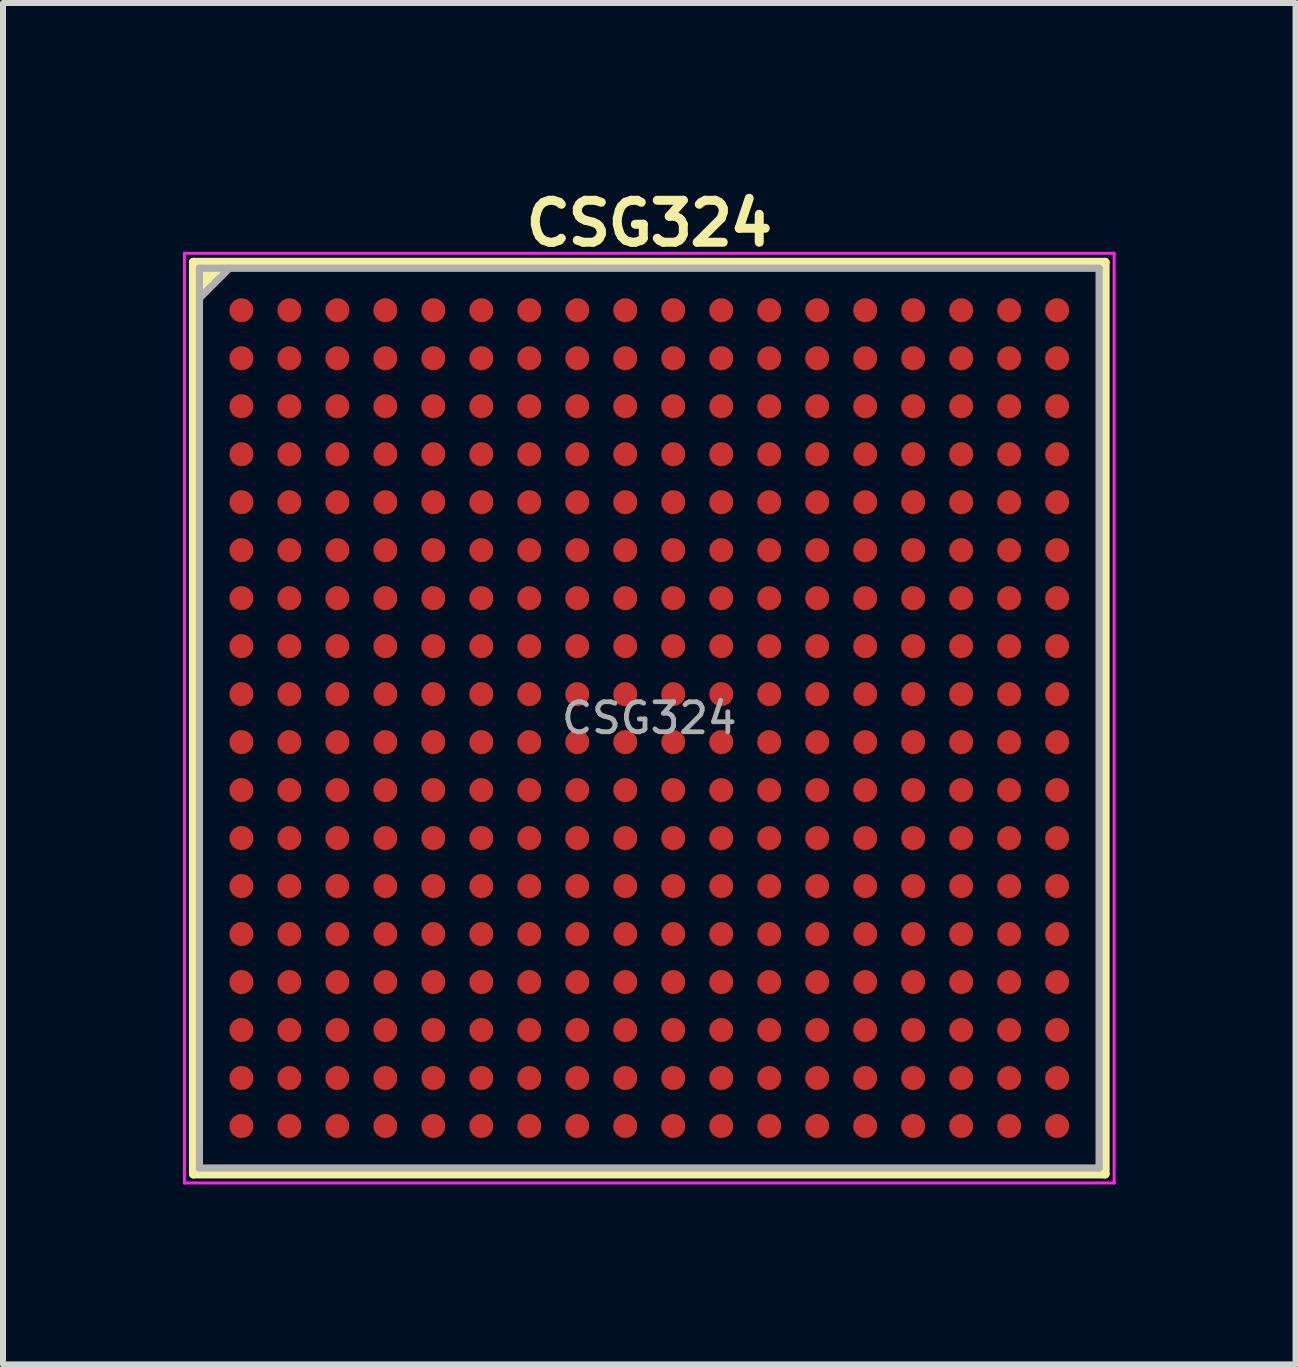
<source format=kicad_pcb>
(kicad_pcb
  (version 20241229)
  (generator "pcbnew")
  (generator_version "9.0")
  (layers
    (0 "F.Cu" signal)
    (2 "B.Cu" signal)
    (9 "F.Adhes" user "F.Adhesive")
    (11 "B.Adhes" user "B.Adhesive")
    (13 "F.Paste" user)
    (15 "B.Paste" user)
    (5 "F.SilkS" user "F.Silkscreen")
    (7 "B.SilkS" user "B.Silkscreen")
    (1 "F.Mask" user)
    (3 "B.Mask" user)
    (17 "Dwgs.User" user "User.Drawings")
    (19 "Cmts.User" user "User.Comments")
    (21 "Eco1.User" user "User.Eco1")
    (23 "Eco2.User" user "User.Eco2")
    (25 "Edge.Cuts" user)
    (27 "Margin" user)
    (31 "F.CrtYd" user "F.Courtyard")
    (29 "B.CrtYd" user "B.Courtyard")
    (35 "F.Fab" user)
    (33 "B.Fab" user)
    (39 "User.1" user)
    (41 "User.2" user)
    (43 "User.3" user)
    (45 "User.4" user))
  (footprint "CSG324"
    (layer "F.Cu")
    (at 7.775 8.923)
    (property "Reference" "CSG324" (at 0 -8.25 0) (layer "F.SilkS") (effects (font (size 0.7 0.7) (thickness 0.15))))
    (property "Value" "${VALUE}" (at 0 7 0) (layer "F.Fab") (hide yes) (effects (font (size 0.4 0.4) (thickness 0.07))))
    (attr through_hole)
    (fp_line (start -7.6 -7.6) (end -7.6 7.6) (stroke (width 0.15) (type solid)) (layer "F.SilkS"))
    (fp_line (start -7.6 7.6) (end 7.6 7.6) (stroke (width 0.15) (type solid)) (layer "F.SilkS"))
    (fp_line (start 7.6 -7.6) (end -7.6 -7.6) (stroke (width 0.15) (type solid)) (layer "F.SilkS"))
    (fp_line (start 7.6 7.6) (end 7.6 -7.6) (stroke (width 0.15) (type solid)) (layer "F.SilkS"))
    (fp_poly (pts (xy -7.6 -6.9) (xy -6.9 -7.6) (xy -7.6 -7.6)) (stroke (width 0.1) (type solid)) (fill yes) (layer "F.SilkS"))
    (fp_line (start -7.75 -7.75) (end 7.75 -7.75) (stroke (width 0.05) (type solid)) (layer "F.CrtYd"))
    (fp_line (start -7.75 7.75) (end -7.75 -7.75) (stroke (width 0.05) (type solid)) (layer "F.CrtYd"))
    (fp_line (start 7.75 -7.75) (end 7.75 7.75) (stroke (width 0.05) (type solid)) (layer "F.CrtYd"))
    (fp_line (start 7.75 7.75) (end -7.75 7.75) (stroke (width 0.05) (type solid)) (layer "F.CrtYd"))
    (fp_line (start -7.5 -7.5) (end 7.5 -7.5) (stroke (width 0.12) (type solid)) (layer "F.Fab"))
    (fp_line (start -7.5 7.5) (end -7.5 -7.5) (stroke (width 0.12) (type solid)) (layer "F.Fab"))
    (fp_line (start -7 -7.5) (end -7.5 -7) (stroke (width 0.12) (type solid)) (layer "F.Fab"))
    (fp_line (start 7.5 -7.5) (end 7.5 7.5) (stroke (width 0.12) (type solid)) (layer "F.Fab"))
    (fp_line (start 7.5 7.5) (end -7.5 7.5) (stroke (width 0.12) (type solid)) (layer "F.Fab"))
    (fp_poly (pts (xy -7.5 -7) (xy -7.5 -7.5) (xy -7 -7.5)) (stroke (width 0.1) (type solid)) (fill no) (layer "F.Fab"))
    (fp_text user "${REFERENCE}" (at 0 0 0) (layer "F.Fab") (effects (font (size 0.5 0.5) (thickness 0.08))))
    (pad "A1" smd circle (at -6.8 -6.8) (size 0.4 0.4) (layers "F.Cu" "F.Mask" "F.Paste"))
    (pad "A2" smd circle (at -6 -6.8) (size 0.4 0.4) (layers "F.Cu" "F.Mask" "F.Paste"))
    (pad "A3" smd circle (at -5.2 -6.8) (size 0.4 0.4) (layers "F.Cu" "F.Mask" "F.Paste"))
    (pad "A4" smd circle (at -4.4 -6.8) (size 0.4 0.4) (layers "F.Cu" "F.Mask" "F.Paste"))
    (pad "A5" smd circle (at -3.6 -6.8) (size 0.4 0.4) (layers "F.Cu" "F.Mask" "F.Paste"))
    (pad "A6" smd circle (at -2.8 -6.8) (size 0.4 0.4) (layers "F.Cu" "F.Mask" "F.Paste"))
    (pad "A7" smd circle (at -2 -6.8) (size 0.4 0.4) (layers "F.Cu" "F.Mask" "F.Paste"))
    (pad "A8" smd circle (at -1.2 -6.8) (size 0.4 0.4) (layers "F.Cu" "F.Mask" "F.Paste"))
    (pad "A9" smd circle (at -0.4 -6.8) (size 0.4 0.4) (layers "F.Cu" "F.Mask" "F.Paste"))
    (pad "A10" smd circle (at 0.4 -6.8) (size 0.4 0.4) (layers "F.Cu" "F.Mask" "F.Paste"))
    (pad "A11" smd circle (at 1.2 -6.8) (size 0.4 0.4) (layers "F.Cu" "F.Mask" "F.Paste"))
    (pad "A12" smd circle (at 2 -6.8) (size 0.4 0.4) (layers "F.Cu" "F.Mask" "F.Paste"))
    (pad "A13" smd circle (at 2.8 -6.8) (size 0.4 0.4) (layers "F.Cu" "F.Mask" "F.Paste"))
    (pad "A14" smd circle (at 3.6 -6.8) (size 0.4 0.4) (layers "F.Cu" "F.Mask" "F.Paste"))
    (pad "A15" smd circle (at 4.4 -6.8) (size 0.4 0.4) (layers "F.Cu" "F.Mask" "F.Paste"))
    (pad "A16" smd circle (at 5.2 -6.8) (size 0.4 0.4) (layers "F.Cu" "F.Mask" "F.Paste"))
    (pad "A17" smd circle (at 6 -6.8) (size 0.4 0.4) (layers "F.Cu" "F.Mask" "F.Paste"))
    (pad "A18" smd circle (at 6.8 -6.8) (size 0.4 0.4) (layers "F.Cu" "F.Mask" "F.Paste"))
    (pad "B1" smd circle (at -6.8 -6) (size 0.4 0.4) (layers "F.Cu" "F.Mask" "F.Paste"))
    (pad "B2" smd circle (at -6 -6) (size 0.4 0.4) (layers "F.Cu" "F.Mask" "F.Paste"))
    (pad "B3" smd circle (at -5.2 -6) (size 0.4 0.4) (layers "F.Cu" "F.Mask" "F.Paste"))
    (pad "B4" smd circle (at -4.4 -6) (size 0.4 0.4) (layers "F.Cu" "F.Mask" "F.Paste"))
    (pad "B5" smd circle (at -3.6 -6) (size 0.4 0.4) (layers "F.Cu" "F.Mask" "F.Paste"))
    (pad "B6" smd circle (at -2.8 -6) (size 0.4 0.4) (layers "F.Cu" "F.Mask" "F.Paste"))
    (pad "B7" smd circle (at -2 -6) (size 0.4 0.4) (layers "F.Cu" "F.Mask" "F.Paste"))
    (pad "B8" smd circle (at -1.2 -6) (size 0.4 0.4) (layers "F.Cu" "F.Mask" "F.Paste"))
    (pad "B9" smd circle (at -0.4 -6) (size 0.4 0.4) (layers "F.Cu" "F.Mask" "F.Paste"))
    (pad "B10" smd circle (at 0.4 -6) (size 0.4 0.4) (layers "F.Cu" "F.Mask" "F.Paste"))
    (pad "B11" smd circle (at 1.2 -6) (size 0.4 0.4) (layers "F.Cu" "F.Mask" "F.Paste"))
    (pad "B12" smd circle (at 2 -6) (size 0.4 0.4) (layers "F.Cu" "F.Mask" "F.Paste"))
    (pad "B13" smd circle (at 2.8 -6) (size 0.4 0.4) (layers "F.Cu" "F.Mask" "F.Paste"))
    (pad "B14" smd circle (at 3.6 -6) (size 0.4 0.4) (layers "F.Cu" "F.Mask" "F.Paste"))
    (pad "B15" smd circle (at 4.4 -6) (size 0.4 0.4) (layers "F.Cu" "F.Mask" "F.Paste"))
    (pad "B16" smd circle (at 5.2 -6) (size 0.4 0.4) (layers "F.Cu" "F.Mask" "F.Paste"))
    (pad "B17" smd circle (at 6 -6) (size 0.4 0.4) (layers "F.Cu" "F.Mask" "F.Paste"))
    (pad "B18" smd circle (at 6.8 -6) (size 0.4 0.4) (layers "F.Cu" "F.Mask" "F.Paste"))
    (pad "C1" smd circle (at -6.8 -5.2) (size 0.4 0.4) (layers "F.Cu" "F.Mask" "F.Paste"))
    (pad "C2" smd circle (at -6 -5.2) (size 0.4 0.4) (layers "F.Cu" "F.Mask" "F.Paste"))
    (pad "C3" smd circle (at -5.2 -5.2) (size 0.4 0.4) (layers "F.Cu" "F.Mask" "F.Paste"))
    (pad "C4" smd circle (at -4.4 -5.2) (size 0.4 0.4) (layers "F.Cu" "F.Mask" "F.Paste"))
    (pad "C5" smd circle (at -3.6 -5.2) (size 0.4 0.4) (layers "F.Cu" "F.Mask" "F.Paste"))
    (pad "C6" smd circle (at -2.8 -5.2) (size 0.4 0.4) (layers "F.Cu" "F.Mask" "F.Paste"))
    (pad "C7" smd circle (at -2 -5.2) (size 0.4 0.4) (layers "F.Cu" "F.Mask" "F.Paste"))
    (pad "C8" smd circle (at -1.2 -5.2) (size 0.4 0.4) (layers "F.Cu" "F.Mask" "F.Paste"))
    (pad "C9" smd circle (at -0.4 -5.2) (size 0.4 0.4) (layers "F.Cu" "F.Mask" "F.Paste"))
    (pad "C10" smd circle (at 0.4 -5.2) (size 0.4 0.4) (layers "F.Cu" "F.Mask" "F.Paste"))
    (pad "C11" smd circle (at 1.2 -5.2) (size 0.4 0.4) (layers "F.Cu" "F.Mask" "F.Paste"))
    (pad "C12" smd circle (at 2 -5.2) (size 0.4 0.4) (layers "F.Cu" "F.Mask" "F.Paste"))
    (pad "C13" smd circle (at 2.8 -5.2) (size 0.4 0.4) (layers "F.Cu" "F.Mask" "F.Paste"))
    (pad "C14" smd circle (at 3.6 -5.2) (size 0.4 0.4) (layers "F.Cu" "F.Mask" "F.Paste"))
    (pad "C15" smd circle (at 4.4 -5.2) (size 0.4 0.4) (layers "F.Cu" "F.Mask" "F.Paste"))
    (pad "C16" smd circle (at 5.2 -5.2) (size 0.4 0.4) (layers "F.Cu" "F.Mask" "F.Paste"))
    (pad "C17" smd circle (at 6 -5.2) (size 0.4 0.4) (layers "F.Cu" "F.Mask" "F.Paste"))
    (pad "C18" smd circle (at 6.8 -5.2) (size 0.4 0.4) (layers "F.Cu" "F.Mask" "F.Paste"))
    (pad "D1" smd circle (at -6.8 -4.4) (size 0.4 0.4) (layers "F.Cu" "F.Mask" "F.Paste"))
    (pad "D2" smd circle (at -6 -4.4) (size 0.4 0.4) (layers "F.Cu" "F.Mask" "F.Paste"))
    (pad "D3" smd circle (at -5.2 -4.4) (size 0.4 0.4) (layers "F.Cu" "F.Mask" "F.Paste"))
    (pad "D4" smd circle (at -4.4 -4.4) (size 0.4 0.4) (layers "F.Cu" "F.Mask" "F.Paste"))
    (pad "D5" smd circle (at -3.6 -4.4) (size 0.4 0.4) (layers "F.Cu" "F.Mask" "F.Paste"))
    (pad "D6" smd circle (at -2.8 -4.4) (size 0.4 0.4) (layers "F.Cu" "F.Mask" "F.Paste"))
    (pad "D7" smd circle (at -2 -4.4) (size 0.4 0.4) (layers "F.Cu" "F.Mask" "F.Paste"))
    (pad "D8" smd circle (at -1.2 -4.4) (size 0.4 0.4) (layers "F.Cu" "F.Mask" "F.Paste"))
    (pad "D9" smd circle (at -0.4 -4.4) (size 0.4 0.4) (layers "F.Cu" "F.Mask" "F.Paste"))
    (pad "D10" smd circle (at 0.4 -4.4) (size 0.4 0.4) (layers "F.Cu" "F.Mask" "F.Paste"))
    (pad "D11" smd circle (at 1.2 -4.4) (size 0.4 0.4) (layers "F.Cu" "F.Mask" "F.Paste"))
    (pad "D12" smd circle (at 2 -4.4) (size 0.4 0.4) (layers "F.Cu" "F.Mask" "F.Paste"))
    (pad "D13" smd circle (at 2.8 -4.4) (size 0.4 0.4) (layers "F.Cu" "F.Mask" "F.Paste"))
    (pad "D14" smd circle (at 3.6 -4.4) (size 0.4 0.4) (layers "F.Cu" "F.Mask" "F.Paste"))
    (pad "D15" smd circle (at 4.4 -4.4) (size 0.4 0.4) (layers "F.Cu" "F.Mask" "F.Paste"))
    (pad "D16" smd circle (at 5.2 -4.4) (size 0.4 0.4) (layers "F.Cu" "F.Mask" "F.Paste"))
    (pad "D17" smd circle (at 6 -4.4) (size 0.4 0.4) (layers "F.Cu" "F.Mask" "F.Paste"))
    (pad "D18" smd circle (at 6.8 -4.4) (size 0.4 0.4) (layers "F.Cu" "F.Mask" "F.Paste"))
    (pad "E1" smd circle (at -6.8 -3.6) (size 0.4 0.4) (layers "F.Cu" "F.Mask" "F.Paste"))
    (pad "E2" smd circle (at -6 -3.6) (size 0.4 0.4) (layers "F.Cu" "F.Mask" "F.Paste"))
    (pad "E3" smd circle (at -5.2 -3.6) (size 0.4 0.4) (layers "F.Cu" "F.Mask" "F.Paste"))
    (pad "E4" smd circle (at -4.4 -3.6) (size 0.4 0.4) (layers "F.Cu" "F.Mask" "F.Paste"))
    (pad "E5" smd circle (at -3.6 -3.6) (size 0.4 0.4) (layers "F.Cu" "F.Mask" "F.Paste"))
    (pad "E6" smd circle (at -2.8 -3.6) (size 0.4 0.4) (layers "F.Cu" "F.Mask" "F.Paste"))
    (pad "E7" smd circle (at -2 -3.6) (size 0.4 0.4) (layers "F.Cu" "F.Mask" "F.Paste"))
    (pad "E8" smd circle (at -1.2 -3.6) (size 0.4 0.4) (layers "F.Cu" "F.Mask" "F.Paste"))
    (pad "E9" smd circle (at -0.4 -3.6) (size 0.4 0.4) (layers "F.Cu" "F.Mask" "F.Paste"))
    (pad "E10" smd circle (at 0.4 -3.6) (size 0.4 0.4) (layers "F.Cu" "F.Mask" "F.Paste"))
    (pad "E11" smd circle (at 1.2 -3.6) (size 0.4 0.4) (layers "F.Cu" "F.Mask" "F.Paste"))
    (pad "E12" smd circle (at 2 -3.6) (size 0.4 0.4) (layers "F.Cu" "F.Mask" "F.Paste"))
    (pad "E13" smd circle (at 2.8 -3.6) (size 0.4 0.4) (layers "F.Cu" "F.Mask" "F.Paste"))
    (pad "E14" smd circle (at 3.6 -3.6) (size 0.4 0.4) (layers "F.Cu" "F.Mask" "F.Paste"))
    (pad "E15" smd circle (at 4.4 -3.6) (size 0.4 0.4) (layers "F.Cu" "F.Mask" "F.Paste"))
    (pad "E16" smd circle (at 5.2 -3.6) (size 0.4 0.4) (layers "F.Cu" "F.Mask" "F.Paste"))
    (pad "E17" smd circle (at 6 -3.6) (size 0.4 0.4) (layers "F.Cu" "F.Mask" "F.Paste"))
    (pad "E18" smd circle (at 6.8 -3.6) (size 0.4 0.4) (layers "F.Cu" "F.Mask" "F.Paste"))
    (pad "F1" smd circle (at -6.8 -2.8) (size 0.4 0.4) (layers "F.Cu" "F.Mask" "F.Paste"))
    (pad "F2" smd circle (at -6 -2.8) (size 0.4 0.4) (layers "F.Cu" "F.Mask" "F.Paste"))
    (pad "F3" smd circle (at -5.2 -2.8) (size 0.4 0.4) (layers "F.Cu" "F.Mask" "F.Paste"))
    (pad "F4" smd circle (at -4.4 -2.8) (size 0.4 0.4) (layers "F.Cu" "F.Mask" "F.Paste"))
    (pad "F5" smd circle (at -3.6 -2.8) (size 0.4 0.4) (layers "F.Cu" "F.Mask" "F.Paste"))
    (pad "F6" smd circle (at -2.8 -2.8) (size 0.4 0.4) (layers "F.Cu" "F.Mask" "F.Paste"))
    (pad "F7" smd circle (at -2 -2.8) (size 0.4 0.4) (layers "F.Cu" "F.Mask" "F.Paste"))
    (pad "F8" smd circle (at -1.2 -2.8) (size 0.4 0.4) (layers "F.Cu" "F.Mask" "F.Paste"))
    (pad "F9" smd circle (at -0.4 -2.8) (size 0.4 0.4) (layers "F.Cu" "F.Mask" "F.Paste"))
    (pad "F10" smd circle (at 0.4 -2.8) (size 0.4 0.4) (layers "F.Cu" "F.Mask" "F.Paste"))
    (pad "F11" smd circle (at 1.2 -2.8) (size 0.4 0.4) (layers "F.Cu" "F.Mask" "F.Paste"))
    (pad "F12" smd circle (at 2 -2.8) (size 0.4 0.4) (layers "F.Cu" "F.Mask" "F.Paste"))
    (pad "F13" smd circle (at 2.8 -2.8) (size 0.4 0.4) (layers "F.Cu" "F.Mask" "F.Paste"))
    (pad "F14" smd circle (at 3.6 -2.8) (size 0.4 0.4) (layers "F.Cu" "F.Mask" "F.Paste"))
    (pad "F15" smd circle (at 4.4 -2.8) (size 0.4 0.4) (layers "F.Cu" "F.Mask" "F.Paste"))
    (pad "F16" smd circle (at 5.2 -2.8) (size 0.4 0.4) (layers "F.Cu" "F.Mask" "F.Paste"))
    (pad "F17" smd circle (at 6 -2.8) (size 0.4 0.4) (layers "F.Cu" "F.Mask" "F.Paste"))
    (pad "F18" smd circle (at 6.8 -2.8) (size 0.4 0.4) (layers "F.Cu" "F.Mask" "F.Paste"))
    (pad "G1" smd circle (at -6.8 -2) (size 0.4 0.4) (layers "F.Cu" "F.Mask" "F.Paste"))
    (pad "G2" smd circle (at -6 -2) (size 0.4 0.4) (layers "F.Cu" "F.Mask" "F.Paste"))
    (pad "G3" smd circle (at -5.2 -2) (size 0.4 0.4) (layers "F.Cu" "F.Mask" "F.Paste"))
    (pad "G4" smd circle (at -4.4 -2) (size 0.4 0.4) (layers "F.Cu" "F.Mask" "F.Paste"))
    (pad "G5" smd circle (at -3.6 -2) (size 0.4 0.4) (layers "F.Cu" "F.Mask" "F.Paste"))
    (pad "G6" smd circle (at -2.8 -2) (size 0.4 0.4) (layers "F.Cu" "F.Mask" "F.Paste"))
    (pad "G7" smd circle (at -2 -2) (size 0.4 0.4) (layers "F.Cu" "F.Mask" "F.Paste"))
    (pad "G8" smd circle (at -1.2 -2) (size 0.4 0.4) (layers "F.Cu" "F.Mask" "F.Paste"))
    (pad "G9" smd circle (at -0.4 -2) (size 0.4 0.4) (layers "F.Cu" "F.Mask" "F.Paste"))
    (pad "G10" smd circle (at 0.4 -2) (size 0.4 0.4) (layers "F.Cu" "F.Mask" "F.Paste"))
    (pad "G11" smd circle (at 1.2 -2) (size 0.4 0.4) (layers "F.Cu" "F.Mask" "F.Paste"))
    (pad "G12" smd circle (at 2 -2) (size 0.4 0.4) (layers "F.Cu" "F.Mask" "F.Paste"))
    (pad "G13" smd circle (at 2.8 -2) (size 0.4 0.4) (layers "F.Cu" "F.Mask" "F.Paste"))
    (pad "G14" smd circle (at 3.6 -2) (size 0.4 0.4) (layers "F.Cu" "F.Mask" "F.Paste"))
    (pad "G15" smd circle (at 4.4 -2) (size 0.4 0.4) (layers "F.Cu" "F.Mask" "F.Paste"))
    (pad "G16" smd circle (at 5.2 -2) (size 0.4 0.4) (layers "F.Cu" "F.Mask" "F.Paste"))
    (pad "G17" smd circle (at 6 -2) (size 0.4 0.4) (layers "F.Cu" "F.Mask" "F.Paste"))
    (pad "G18" smd circle (at 6.8 -2) (size 0.4 0.4) (layers "F.Cu" "F.Mask" "F.Paste"))
    (pad "H1" smd circle (at -6.8 -1.2) (size 0.4 0.4) (layers "F.Cu" "F.Mask" "F.Paste"))
    (pad "H2" smd circle (at -6 -1.2) (size 0.4 0.4) (layers "F.Cu" "F.Mask" "F.Paste"))
    (pad "H3" smd circle (at -5.2 -1.2) (size 0.4 0.4) (layers "F.Cu" "F.Mask" "F.Paste"))
    (pad "H4" smd circle (at -4.4 -1.2) (size 0.4 0.4) (layers "F.Cu" "F.Mask" "F.Paste"))
    (pad "H5" smd circle (at -3.6 -1.2) (size 0.4 0.4) (layers "F.Cu" "F.Mask" "F.Paste"))
    (pad "H6" smd circle (at -2.8 -1.2) (size 0.4 0.4) (layers "F.Cu" "F.Mask" "F.Paste"))
    (pad "H7" smd circle (at -2 -1.2) (size 0.4 0.4) (layers "F.Cu" "F.Mask" "F.Paste"))
    (pad "H8" smd circle (at -1.2 -1.2) (size 0.4 0.4) (layers "F.Cu" "F.Mask" "F.Paste"))
    (pad "H9" smd circle (at -0.4 -1.2) (size 0.4 0.4) (layers "F.Cu" "F.Mask" "F.Paste"))
    (pad "H10" smd circle (at 0.4 -1.2) (size 0.4 0.4) (layers "F.Cu" "F.Mask" "F.Paste"))
    (pad "H11" smd circle (at 1.2 -1.2) (size 0.4 0.4) (layers "F.Cu" "F.Mask" "F.Paste"))
    (pad "H12" smd circle (at 2 -1.2) (size 0.4 0.4) (layers "F.Cu" "F.Mask" "F.Paste"))
    (pad "H13" smd circle (at 2.8 -1.2) (size 0.4 0.4) (layers "F.Cu" "F.Mask" "F.Paste"))
    (pad "H14" smd circle (at 3.6 -1.2) (size 0.4 0.4) (layers "F.Cu" "F.Mask" "F.Paste"))
    (pad "H15" smd circle (at 4.4 -1.2) (size 0.4 0.4) (layers "F.Cu" "F.Mask" "F.Paste"))
    (pad "H16" smd circle (at 5.2 -1.2) (size 0.4 0.4) (layers "F.Cu" "F.Mask" "F.Paste"))
    (pad "H17" smd circle (at 6 -1.2) (size 0.4 0.4) (layers "F.Cu" "F.Mask" "F.Paste"))
    (pad "H18" smd circle (at 6.8 -1.2) (size 0.4 0.4) (layers "F.Cu" "F.Mask" "F.Paste"))
    (pad "J1" smd circle (at -6.8 -0.4) (size 0.4 0.4) (layers "F.Cu" "F.Mask" "F.Paste"))
    (pad "J2" smd circle (at -6 -0.4) (size 0.4 0.4) (layers "F.Cu" "F.Mask" "F.Paste"))
    (pad "J3" smd circle (at -5.2 -0.4) (size 0.4 0.4) (layers "F.Cu" "F.Mask" "F.Paste"))
    (pad "J4" smd circle (at -4.4 -0.4) (size 0.4 0.4) (layers "F.Cu" "F.Mask" "F.Paste"))
    (pad "J5" smd circle (at -3.6 -0.4) (size 0.4 0.4) (layers "F.Cu" "F.Mask" "F.Paste"))
    (pad "J6" smd circle (at -2.8 -0.4) (size 0.4 0.4) (layers "F.Cu" "F.Mask" "F.Paste"))
    (pad "J7" smd circle (at -2 -0.4) (size 0.4 0.4) (layers "F.Cu" "F.Mask" "F.Paste"))
    (pad "J8" smd circle (at -1.2 -0.4) (size 0.4 0.4) (layers "F.Cu" "F.Mask" "F.Paste"))
    (pad "J9" smd circle (at -0.4 -0.4) (size 0.4 0.4) (layers "F.Cu" "F.Mask" "F.Paste"))
    (pad "J10" smd circle (at 0.4 -0.4) (size 0.4 0.4) (layers "F.Cu" "F.Mask" "F.Paste"))
    (pad "J11" smd circle (at 1.2 -0.4) (size 0.4 0.4) (layers "F.Cu" "F.Mask" "F.Paste"))
    (pad "J12" smd circle (at 2 -0.4) (size 0.4 0.4) (layers "F.Cu" "F.Mask" "F.Paste"))
    (pad "J13" smd circle (at 2.8 -0.4) (size 0.4 0.4) (layers "F.Cu" "F.Mask" "F.Paste"))
    (pad "J14" smd circle (at 3.6 -0.4) (size 0.4 0.4) (layers "F.Cu" "F.Mask" "F.Paste"))
    (pad "J15" smd circle (at 4.4 -0.4) (size 0.4 0.4) (layers "F.Cu" "F.Mask" "F.Paste"))
    (pad "J16" smd circle (at 5.2 -0.4) (size 0.4 0.4) (layers "F.Cu" "F.Mask" "F.Paste"))
    (pad "J17" smd circle (at 6 -0.4) (size 0.4 0.4) (layers "F.Cu" "F.Mask" "F.Paste"))
    (pad "J18" smd circle (at 6.8 -0.4) (size 0.4 0.4) (layers "F.Cu" "F.Mask" "F.Paste"))
    (pad "K1" smd circle (at -6.8 0.4) (size 0.4 0.4) (layers "F.Cu" "F.Mask" "F.Paste"))
    (pad "K2" smd circle (at -6 0.4) (size 0.4 0.4) (layers "F.Cu" "F.Mask" "F.Paste"))
    (pad "K3" smd circle (at -5.2 0.4) (size 0.4 0.4) (layers "F.Cu" "F.Mask" "F.Paste"))
    (pad "K4" smd circle (at -4.4 0.4) (size 0.4 0.4) (layers "F.Cu" "F.Mask" "F.Paste"))
    (pad "K5" smd circle (at -3.6 0.4) (size 0.4 0.4) (layers "F.Cu" "F.Mask" "F.Paste"))
    (pad "K6" smd circle (at -2.8 0.4) (size 0.4 0.4) (layers "F.Cu" "F.Mask" "F.Paste"))
    (pad "K7" smd circle (at -2 0.4) (size 0.4 0.4) (layers "F.Cu" "F.Mask" "F.Paste"))
    (pad "K8" smd circle (at -1.2 0.4) (size 0.4 0.4) (layers "F.Cu" "F.Mask" "F.Paste"))
    (pad "K9" smd circle (at -0.4 0.4) (size 0.4 0.4) (layers "F.Cu" "F.Mask" "F.Paste"))
    (pad "K10" smd circle (at 0.4 0.4) (size 0.4 0.4) (layers "F.Cu" "F.Mask" "F.Paste"))
    (pad "K11" smd circle (at 1.2 0.4) (size 0.4 0.4) (layers "F.Cu" "F.Mask" "F.Paste"))
    (pad "K12" smd circle (at 2 0.4) (size 0.4 0.4) (layers "F.Cu" "F.Mask" "F.Paste"))
    (pad "K13" smd circle (at 2.8 0.4) (size 0.4 0.4) (layers "F.Cu" "F.Mask" "F.Paste"))
    (pad "K14" smd circle (at 3.6 0.4) (size 0.4 0.4) (layers "F.Cu" "F.Mask" "F.Paste"))
    (pad "K15" smd circle (at 4.4 0.4) (size 0.4 0.4) (layers "F.Cu" "F.Mask" "F.Paste"))
    (pad "K16" smd circle (at 5.2 0.4) (size 0.4 0.4) (layers "F.Cu" "F.Mask" "F.Paste"))
    (pad "K17" smd circle (at 6 0.4) (size 0.4 0.4) (layers "F.Cu" "F.Mask" "F.Paste"))
    (pad "K18" smd circle (at 6.8 0.4) (size 0.4 0.4) (layers "F.Cu" "F.Mask" "F.Paste"))
    (pad "L1" smd circle (at -6.8 1.2) (size 0.4 0.4) (layers "F.Cu" "F.Mask" "F.Paste"))
    (pad "L2" smd circle (at -6 1.2) (size 0.4 0.4) (layers "F.Cu" "F.Mask" "F.Paste"))
    (pad "L3" smd circle (at -5.2 1.2) (size 0.4 0.4) (layers "F.Cu" "F.Mask" "F.Paste"))
    (pad "L4" smd circle (at -4.4 1.2) (size 0.4 0.4) (layers "F.Cu" "F.Mask" "F.Paste"))
    (pad "L5" smd circle (at -3.6 1.2) (size 0.4 0.4) (layers "F.Cu" "F.Mask" "F.Paste"))
    (pad "L6" smd circle (at -2.8 1.2) (size 0.4 0.4) (layers "F.Cu" "F.Mask" "F.Paste"))
    (pad "L7" smd circle (at -2 1.2) (size 0.4 0.4) (layers "F.Cu" "F.Mask" "F.Paste"))
    (pad "L8" smd circle (at -1.2 1.2) (size 0.4 0.4) (layers "F.Cu" "F.Mask" "F.Paste"))
    (pad "L9" smd circle (at -0.4 1.2) (size 0.4 0.4) (layers "F.Cu" "F.Mask" "F.Paste"))
    (pad "L10" smd circle (at 0.4 1.2) (size 0.4 0.4) (layers "F.Cu" "F.Mask" "F.Paste"))
    (pad "L11" smd circle (at 1.2 1.2) (size 0.4 0.4) (layers "F.Cu" "F.Mask" "F.Paste"))
    (pad "L12" smd circle (at 2 1.2) (size 0.4 0.4) (layers "F.Cu" "F.Mask" "F.Paste"))
    (pad "L13" smd circle (at 2.8 1.2) (size 0.4 0.4) (layers "F.Cu" "F.Mask" "F.Paste"))
    (pad "L14" smd circle (at 3.6 1.2) (size 0.4 0.4) (layers "F.Cu" "F.Mask" "F.Paste"))
    (pad "L15" smd circle (at 4.4 1.2) (size 0.4 0.4) (layers "F.Cu" "F.Mask" "F.Paste"))
    (pad "L16" smd circle (at 5.2 1.2) (size 0.4 0.4) (layers "F.Cu" "F.Mask" "F.Paste"))
    (pad "L17" smd circle (at 6 1.2) (size 0.4 0.4) (layers "F.Cu" "F.Mask" "F.Paste"))
    (pad "L18" smd circle (at 6.8 1.2) (size 0.4 0.4) (layers "F.Cu" "F.Mask" "F.Paste"))
    (pad "M1" smd circle (at -6.8 2) (size 0.4 0.4) (layers "F.Cu" "F.Mask" "F.Paste"))
    (pad "M2" smd circle (at -6 2) (size 0.4 0.4) (layers "F.Cu" "F.Mask" "F.Paste"))
    (pad "M3" smd circle (at -5.2 2) (size 0.4 0.4) (layers "F.Cu" "F.Mask" "F.Paste"))
    (pad "M4" smd circle (at -4.4 2) (size 0.4 0.4) (layers "F.Cu" "F.Mask" "F.Paste"))
    (pad "M5" smd circle (at -3.6 2) (size 0.4 0.4) (layers "F.Cu" "F.Mask" "F.Paste"))
    (pad "M6" smd circle (at -2.8 2) (size 0.4 0.4) (layers "F.Cu" "F.Mask" "F.Paste"))
    (pad "M7" smd circle (at -2 2) (size 0.4 0.4) (layers "F.Cu" "F.Mask" "F.Paste"))
    (pad "M8" smd circle (at -1.2 2) (size 0.4 0.4) (layers "F.Cu" "F.Mask" "F.Paste"))
    (pad "M9" smd circle (at -0.4 2) (size 0.4 0.4) (layers "F.Cu" "F.Mask" "F.Paste"))
    (pad "M10" smd circle (at 0.4 2) (size 0.4 0.4) (layers "F.Cu" "F.Mask" "F.Paste"))
    (pad "M11" smd circle (at 1.2 2) (size 0.4 0.4) (layers "F.Cu" "F.Mask" "F.Paste"))
    (pad "M12" smd circle (at 2 2) (size 0.4 0.4) (layers "F.Cu" "F.Mask" "F.Paste"))
    (pad "M13" smd circle (at 2.8 2) (size 0.4 0.4) (layers "F.Cu" "F.Mask" "F.Paste"))
    (pad "M14" smd circle (at 3.6 2) (size 0.4 0.4) (layers "F.Cu" "F.Mask" "F.Paste"))
    (pad "M15" smd circle (at 4.4 2) (size 0.4 0.4) (layers "F.Cu" "F.Mask" "F.Paste"))
    (pad "M16" smd circle (at 5.2 2) (size 0.4 0.4) (layers "F.Cu" "F.Mask" "F.Paste"))
    (pad "M17" smd circle (at 6 2) (size 0.4 0.4) (layers "F.Cu" "F.Mask" "F.Paste"))
    (pad "M18" smd circle (at 6.8 2) (size 0.4 0.4) (layers "F.Cu" "F.Mask" "F.Paste"))
    (pad "N1" smd circle (at -6.8 2.8) (size 0.4 0.4) (layers "F.Cu" "F.Mask" "F.Paste"))
    (pad "N2" smd circle (at -6 2.8) (size 0.4 0.4) (layers "F.Cu" "F.Mask" "F.Paste"))
    (pad "N3" smd circle (at -5.2 2.8) (size 0.4 0.4) (layers "F.Cu" "F.Mask" "F.Paste"))
    (pad "N4" smd circle (at -4.4 2.8) (size 0.4 0.4) (layers "F.Cu" "F.Mask" "F.Paste"))
    (pad "N5" smd circle (at -3.6 2.8) (size 0.4 0.4) (layers "F.Cu" "F.Mask" "F.Paste"))
    (pad "N6" smd circle (at -2.8 2.8) (size 0.4 0.4) (layers "F.Cu" "F.Mask" "F.Paste"))
    (pad "N7" smd circle (at -2 2.8) (size 0.4 0.4) (layers "F.Cu" "F.Mask" "F.Paste"))
    (pad "N8" smd circle (at -1.2 2.8) (size 0.4 0.4) (layers "F.Cu" "F.Mask" "F.Paste"))
    (pad "N9" smd circle (at -0.4 2.8) (size 0.4 0.4) (layers "F.Cu" "F.Mask" "F.Paste"))
    (pad "N10" smd circle (at 0.4 2.8) (size 0.4 0.4) (layers "F.Cu" "F.Mask" "F.Paste"))
    (pad "N11" smd circle (at 1.2 2.8) (size 0.4 0.4) (layers "F.Cu" "F.Mask" "F.Paste"))
    (pad "N12" smd circle (at 2 2.8) (size 0.4 0.4) (layers "F.Cu" "F.Mask" "F.Paste"))
    (pad "N13" smd circle (at 2.8 2.8) (size 0.4 0.4) (layers "F.Cu" "F.Mask" "F.Paste"))
    (pad "N14" smd circle (at 3.6 2.8) (size 0.4 0.4) (layers "F.Cu" "F.Mask" "F.Paste"))
    (pad "N15" smd circle (at 4.4 2.8) (size 0.4 0.4) (layers "F.Cu" "F.Mask" "F.Paste"))
    (pad "N16" smd circle (at 5.2 2.8) (size 0.4 0.4) (layers "F.Cu" "F.Mask" "F.Paste"))
    (pad "N17" smd circle (at 6 2.8) (size 0.4 0.4) (layers "F.Cu" "F.Mask" "F.Paste"))
    (pad "N18" smd circle (at 6.8 2.8) (size 0.4 0.4) (layers "F.Cu" "F.Mask" "F.Paste"))
    (pad "P1" smd circle (at -6.8 3.6) (size 0.4 0.4) (layers "F.Cu" "F.Mask" "F.Paste"))
    (pad "P2" smd circle (at -6 3.6) (size 0.4 0.4) (layers "F.Cu" "F.Mask" "F.Paste"))
    (pad "P3" smd circle (at -5.2 3.6) (size 0.4 0.4) (layers "F.Cu" "F.Mask" "F.Paste"))
    (pad "P4" smd circle (at -4.4 3.6) (size 0.4 0.4) (layers "F.Cu" "F.Mask" "F.Paste"))
    (pad "P5" smd circle (at -3.6 3.6) (size 0.4 0.4) (layers "F.Cu" "F.Mask" "F.Paste"))
    (pad "P6" smd circle (at -2.8 3.6) (size 0.4 0.4) (layers "F.Cu" "F.Mask" "F.Paste"))
    (pad "P7" smd circle (at -2 3.6) (size 0.4 0.4) (layers "F.Cu" "F.Mask" "F.Paste"))
    (pad "P8" smd circle (at -1.2 3.6) (size 0.4 0.4) (layers "F.Cu" "F.Mask" "F.Paste"))
    (pad "P9" smd circle (at -0.4 3.6) (size 0.4 0.4) (layers "F.Cu" "F.Mask" "F.Paste"))
    (pad "P10" smd circle (at 0.4 3.6) (size 0.4 0.4) (layers "F.Cu" "F.Mask" "F.Paste"))
    (pad "P11" smd circle (at 1.2 3.6) (size 0.4 0.4) (layers "F.Cu" "F.Mask" "F.Paste"))
    (pad "P12" smd circle (at 2 3.6) (size 0.4 0.4) (layers "F.Cu" "F.Mask" "F.Paste"))
    (pad "P13" smd circle (at 2.8 3.6) (size 0.4 0.4) (layers "F.Cu" "F.Mask" "F.Paste"))
    (pad "P14" smd circle (at 3.6 3.6) (size 0.4 0.4) (layers "F.Cu" "F.Mask" "F.Paste"))
    (pad "P15" smd circle (at 4.4 3.6) (size 0.4 0.4) (layers "F.Cu" "F.Mask" "F.Paste"))
    (pad "P16" smd circle (at 5.2 3.6) (size 0.4 0.4) (layers "F.Cu" "F.Mask" "F.Paste"))
    (pad "P17" smd circle (at 6 3.6) (size 0.4 0.4) (layers "F.Cu" "F.Mask" "F.Paste"))
    (pad "P18" smd circle (at 6.8 3.6) (size 0.4 0.4) (layers "F.Cu" "F.Mask" "F.Paste"))
    (pad "R1" smd circle (at -6.8 4.4) (size 0.4 0.4) (layers "F.Cu" "F.Mask" "F.Paste"))
    (pad "R2" smd circle (at -6 4.4) (size 0.4 0.4) (layers "F.Cu" "F.Mask" "F.Paste"))
    (pad "R3" smd circle (at -5.2 4.4) (size 0.4 0.4) (layers "F.Cu" "F.Mask" "F.Paste"))
    (pad "R4" smd circle (at -4.4 4.4) (size 0.4 0.4) (layers "F.Cu" "F.Mask" "F.Paste"))
    (pad "R5" smd circle (at -3.6 4.4) (size 0.4 0.4) (layers "F.Cu" "F.Mask" "F.Paste"))
    (pad "R6" smd circle (at -2.8 4.4) (size 0.4 0.4) (layers "F.Cu" "F.Mask" "F.Paste"))
    (pad "R7" smd circle (at -2 4.4) (size 0.4 0.4) (layers "F.Cu" "F.Mask" "F.Paste"))
    (pad "R8" smd circle (at -1.2 4.4) (size 0.4 0.4) (layers "F.Cu" "F.Mask" "F.Paste"))
    (pad "R9" smd circle (at -0.4 4.4) (size 0.4 0.4) (layers "F.Cu" "F.Mask" "F.Paste"))
    (pad "R10" smd circle (at 0.4 4.4) (size 0.4 0.4) (layers "F.Cu" "F.Mask" "F.Paste"))
    (pad "R11" smd circle (at 1.2 4.4) (size 0.4 0.4) (layers "F.Cu" "F.Mask" "F.Paste"))
    (pad "R12" smd circle (at 2 4.4) (size 0.4 0.4) (layers "F.Cu" "F.Mask" "F.Paste"))
    (pad "R13" smd circle (at 2.8 4.4) (size 0.4 0.4) (layers "F.Cu" "F.Mask" "F.Paste"))
    (pad "R14" smd circle (at 3.6 4.4) (size 0.4 0.4) (layers "F.Cu" "F.Mask" "F.Paste"))
    (pad "R15" smd circle (at 4.4 4.4) (size 0.4 0.4) (layers "F.Cu" "F.Mask" "F.Paste"))
    (pad "R16" smd circle (at 5.2 4.4) (size 0.4 0.4) (layers "F.Cu" "F.Mask" "F.Paste"))
    (pad "R17" smd circle (at 6 4.4) (size 0.4 0.4) (layers "F.Cu" "F.Mask" "F.Paste"))
    (pad "R18" smd circle (at 6.8 4.4) (size 0.4 0.4) (layers "F.Cu" "F.Mask" "F.Paste"))
    (pad "T1" smd circle (at -6.8 5.2) (size 0.4 0.4) (layers "F.Cu" "F.Mask" "F.Paste"))
    (pad "T2" smd circle (at -6 5.2) (size 0.4 0.4) (layers "F.Cu" "F.Mask" "F.Paste"))
    (pad "T3" smd circle (at -5.2 5.2) (size 0.4 0.4) (layers "F.Cu" "F.Mask" "F.Paste"))
    (pad "T4" smd circle (at -4.4 5.2) (size 0.4 0.4) (layers "F.Cu" "F.Mask" "F.Paste"))
    (pad "T5" smd circle (at -3.6 5.2) (size 0.4 0.4) (layers "F.Cu" "F.Mask" "F.Paste"))
    (pad "T6" smd circle (at -2.8 5.2) (size 0.4 0.4) (layers "F.Cu" "F.Mask" "F.Paste"))
    (pad "T7" smd circle (at -2 5.2) (size 0.4 0.4) (layers "F.Cu" "F.Mask" "F.Paste"))
    (pad "T8" smd circle (at -1.2 5.2) (size 0.4 0.4) (layers "F.Cu" "F.Mask" "F.Paste"))
    (pad "T9" smd circle (at -0.4 5.2) (size 0.4 0.4) (layers "F.Cu" "F.Mask" "F.Paste"))
    (pad "T10" smd circle (at 0.4 5.2) (size 0.4 0.4) (layers "F.Cu" "F.Mask" "F.Paste"))
    (pad "T11" smd circle (at 1.2 5.2) (size 0.4 0.4) (layers "F.Cu" "F.Mask" "F.Paste"))
    (pad "T12" smd circle (at 2 5.2) (size 0.4 0.4) (layers "F.Cu" "F.Mask" "F.Paste"))
    (pad "T13" smd circle (at 2.8 5.2) (size 0.4 0.4) (layers "F.Cu" "F.Mask" "F.Paste"))
    (pad "T14" smd circle (at 3.6 5.2) (size 0.4 0.4) (layers "F.Cu" "F.Mask" "F.Paste"))
    (pad "T15" smd circle (at 4.4 5.2) (size 0.4 0.4) (layers "F.Cu" "F.Mask" "F.Paste"))
    (pad "T16" smd circle (at 5.2 5.2) (size 0.4 0.4) (layers "F.Cu" "F.Mask" "F.Paste"))
    (pad "T17" smd circle (at 6 5.2) (size 0.4 0.4) (layers "F.Cu" "F.Mask" "F.Paste"))
    (pad "T18" smd circle (at 6.8 5.2) (size 0.4 0.4) (layers "F.Cu" "F.Mask" "F.Paste"))
    (pad "U1" smd circle (at -6.8 6) (size 0.4 0.4) (layers "F.Cu" "F.Mask" "F.Paste"))
    (pad "U2" smd circle (at -6 6) (size 0.4 0.4) (layers "F.Cu" "F.Mask" "F.Paste"))
    (pad "U3" smd circle (at -5.2 6) (size 0.4 0.4) (layers "F.Cu" "F.Mask" "F.Paste"))
    (pad "U4" smd circle (at -4.4 6) (size 0.4 0.4) (layers "F.Cu" "F.Mask" "F.Paste"))
    (pad "U5" smd circle (at -3.6 6) (size 0.4 0.4) (layers "F.Cu" "F.Mask" "F.Paste"))
    (pad "U6" smd circle (at -2.8 6) (size 0.4 0.4) (layers "F.Cu" "F.Mask" "F.Paste"))
    (pad "U7" smd circle (at -2 6) (size 0.4 0.4) (layers "F.Cu" "F.Mask" "F.Paste"))
    (pad "U8" smd circle (at -1.2 6) (size 0.4 0.4) (layers "F.Cu" "F.Mask" "F.Paste"))
    (pad "U9" smd circle (at -0.4 6) (size 0.4 0.4) (layers "F.Cu" "F.Mask" "F.Paste"))
    (pad "U10" smd circle (at 0.4 6) (size 0.4 0.4) (layers "F.Cu" "F.Mask" "F.Paste"))
    (pad "U11" smd circle (at 1.2 6) (size 0.4 0.4) (layers "F.Cu" "F.Mask" "F.Paste"))
    (pad "U12" smd circle (at 2 6) (size 0.4 0.4) (layers "F.Cu" "F.Mask" "F.Paste"))
    (pad "U13" smd circle (at 2.8 6) (size 0.4 0.4) (layers "F.Cu" "F.Mask" "F.Paste"))
    (pad "U14" smd circle (at 3.6 6) (size 0.4 0.4) (layers "F.Cu" "F.Mask" "F.Paste"))
    (pad "U15" smd circle (at 4.4 6) (size 0.4 0.4) (layers "F.Cu" "F.Mask" "F.Paste"))
    (pad "U16" smd circle (at 5.2 6) (size 0.4 0.4) (layers "F.Cu" "F.Mask" "F.Paste"))
    (pad "U17" smd circle (at 6 6) (size 0.4 0.4) (layers "F.Cu" "F.Mask" "F.Paste"))
    (pad "U18" smd circle (at 6.8 6) (size 0.4 0.4) (layers "F.Cu" "F.Mask" "F.Paste"))
    (pad "V1" smd circle (at -6.8 6.8) (size 0.4 0.4) (layers "F.Cu" "F.Mask" "F.Paste"))
    (pad "V2" smd circle (at -6 6.8) (size 0.4 0.4) (layers "F.Cu" "F.Mask" "F.Paste"))
    (pad "V3" smd circle (at -5.2 6.8) (size 0.4 0.4) (layers "F.Cu" "F.Mask" "F.Paste"))
    (pad "V4" smd circle (at -4.4 6.8) (size 0.4 0.4) (layers "F.Cu" "F.Mask" "F.Paste"))
    (pad "V5" smd circle (at -3.6 6.8) (size 0.4 0.4) (layers "F.Cu" "F.Mask" "F.Paste"))
    (pad "V6" smd circle (at -2.8 6.8) (size 0.4 0.4) (layers "F.Cu" "F.Mask" "F.Paste"))
    (pad "V7" smd circle (at -2 6.8) (size 0.4 0.4) (layers "F.Cu" "F.Mask" "F.Paste"))
    (pad "V8" smd circle (at -1.2 6.8) (size 0.4 0.4) (layers "F.Cu" "F.Mask" "F.Paste"))
    (pad "V9" smd circle (at -0.4 6.8) (size 0.4 0.4) (layers "F.Cu" "F.Mask" "F.Paste"))
    (pad "V10" smd circle (at 0.4 6.8) (size 0.4 0.4) (layers "F.Cu" "F.Mask" "F.Paste"))
    (pad "V11" smd circle (at 1.2 6.8) (size 0.4 0.4) (layers "F.Cu" "F.Mask" "F.Paste"))
    (pad "V12" smd circle (at 2 6.8) (size 0.4 0.4) (layers "F.Cu" "F.Mask" "F.Paste"))
    (pad "V13" smd circle (at 2.8 6.8) (size 0.4 0.4) (layers "F.Cu" "F.Mask" "F.Paste"))
    (pad "V14" smd circle (at 3.6 6.8) (size 0.4 0.4) (layers "F.Cu" "F.Mask" "F.Paste"))
    (pad "V15" smd circle (at 4.4 6.8) (size 0.4 0.4) (layers "F.Cu" "F.Mask" "F.Paste"))
    (pad "V16" smd circle (at 5.2 6.8) (size 0.4 0.4) (layers "F.Cu" "F.Mask" "F.Paste"))
    (pad "V17" smd circle (at 6 6.8) (size 0.4 0.4) (layers "F.Cu" "F.Mask" "F.Paste"))
    (pad "V18" smd circle (at 6.8 6.8) (size 0.4 0.4) (layers "F.Cu" "F.Mask" "F.Paste")))
  (gr_rect
    (start -3 -3)
    (end 18.55 19.698)
    (stroke (width 0.1) (type default))
    (fill no)
    (layer "Edge.Cuts")))
</source>
